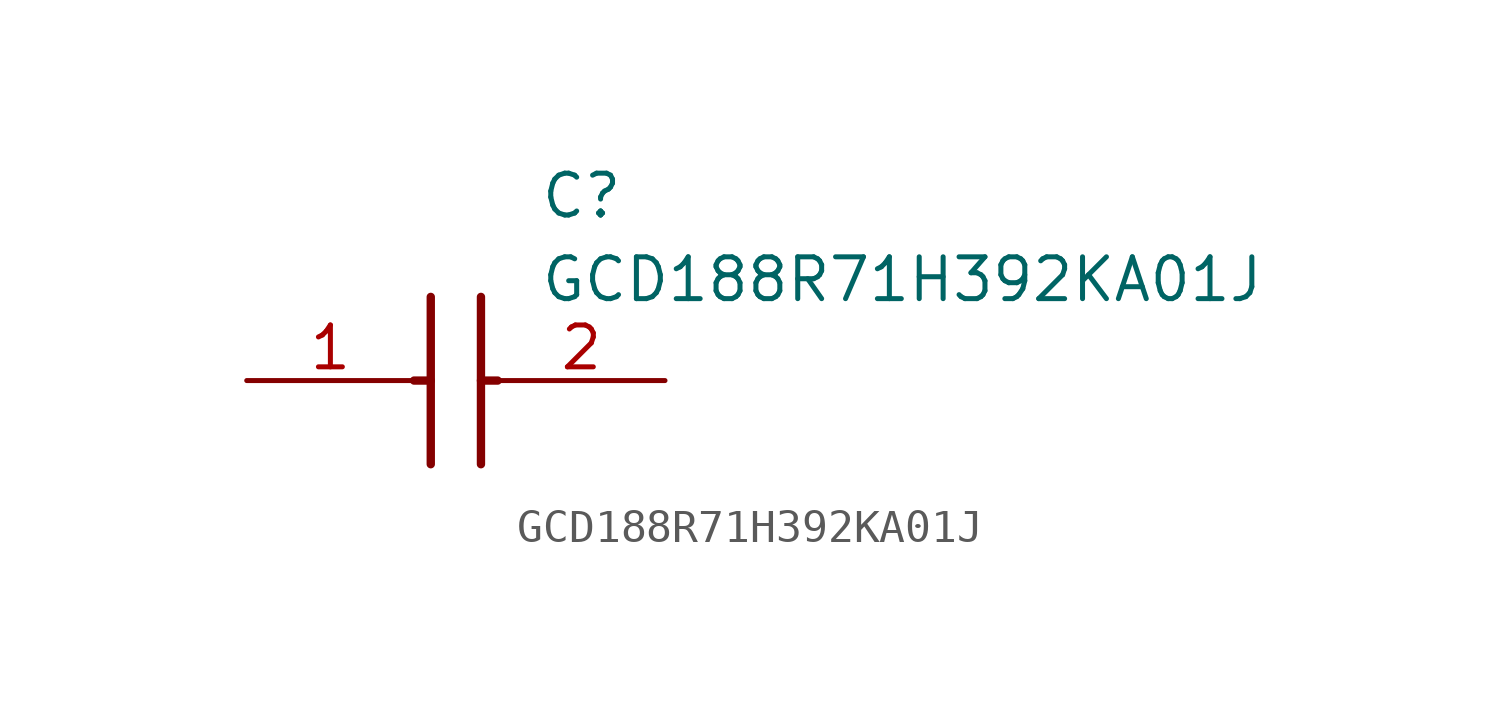
<source format=kicad_sym>
(kicad_symbol_lib
  (version 20211014)
  (generator SamacSys_ECAD_Model)
  (symbol "GCD188R71H392KA01J"
    (pin_names hide)
    (property "Reference" "C"
      (at 8.89 6.35 0)
      (effects (font (size 1.27 1.27)) (justify left top)))
    (property "Value" "GCD188R71H392KA01J"
      (at 8.89 3.81 0)
      (effects (font (size 1.27 1.27)) (justify left top)))
    (polyline
      (pts (xy 5.588 2.54) (xy 5.588 -2.54))
      (stroke (width 0.254) (type default))
      (fill (type none)))
    (polyline
      (pts (xy 7.112 2.54) (xy 7.112 -2.54))
      (stroke (width 0.254) (type default))
      (fill (type none)))
    (polyline
      (pts (xy 5.08 0) (xy 5.588 0))
      (stroke (width 0.254) (type default))
      (fill (type none)))
    (polyline
      (pts (xy 7.112 0) (xy 7.62 0))
      (stroke (width 0.254) (type default))
      (fill (type none)))
    (pin passive line
      (at 0 0 0)
      (length 5.08)
      (name "1" (effects (font (size 1.27 1.27))))
      (number "1" (effects (font (size 1.27 1.27)))))
    (pin passive line
      (at 12.7 0 180)
      (length 5.08)
      (name "2" (effects (font (size 1.27 1.27))))
      (number "2" (effects (font (size 1.27 1.27)))))))
</source>
